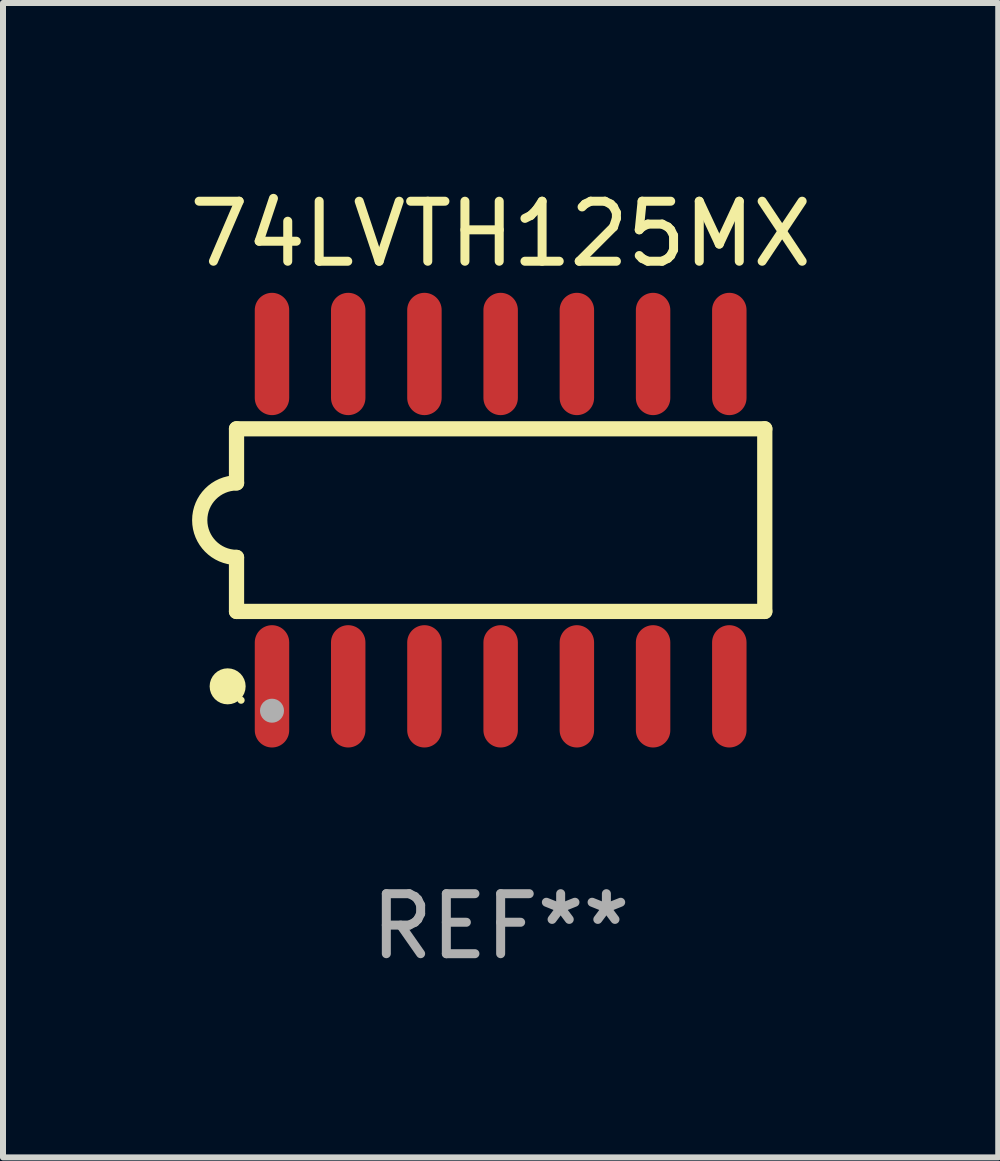
<source format=kicad_pcb>
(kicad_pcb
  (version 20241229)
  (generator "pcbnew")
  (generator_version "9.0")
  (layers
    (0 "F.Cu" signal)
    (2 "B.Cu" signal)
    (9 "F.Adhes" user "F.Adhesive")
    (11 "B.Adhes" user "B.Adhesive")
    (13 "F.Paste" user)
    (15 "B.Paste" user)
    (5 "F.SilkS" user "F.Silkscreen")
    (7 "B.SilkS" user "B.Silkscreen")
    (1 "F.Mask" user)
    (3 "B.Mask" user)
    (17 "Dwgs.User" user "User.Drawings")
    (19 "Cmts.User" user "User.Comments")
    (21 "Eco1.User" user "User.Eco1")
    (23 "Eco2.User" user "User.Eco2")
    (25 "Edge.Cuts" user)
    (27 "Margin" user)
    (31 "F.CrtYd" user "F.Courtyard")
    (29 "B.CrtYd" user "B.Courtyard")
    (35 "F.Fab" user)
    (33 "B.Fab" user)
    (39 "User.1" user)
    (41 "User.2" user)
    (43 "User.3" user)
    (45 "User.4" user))
  (footprint "74LVTH125MX"
    (layer "F.Cu")
    (at 5.292 5.617)
    (property "Reference" "74LVTH125MX" (at 0 -4.769 0) (layer "F.SilkS") (effects (font (size 1 1) (thickness 0.15))))
    (attr through_hole)
    (fp_line (start -4.401 -1.522) (end -4.401 -0.622) (stroke (width 0.254) (type solid)) (layer "F.SilkS"))
    (fp_line (start -4.401 -1.522) (end 4.401 -1.522) (stroke (width 0.254) (type solid)) (layer "F.SilkS"))
    (fp_line (start -4.401 1.521) (end -4.401 0.621) (stroke (width 0.254) (type solid)) (layer "F.SilkS"))
    (fp_line (start 4.401 -1.522) (end 4.401 1.521) (stroke (width 0.254) (type solid)) (layer "F.SilkS"))
    (fp_line (start 4.401 1.521) (end -4.401 1.521) (stroke (width 0.254) (type solid)) (layer "F.SilkS"))
    (fp_arc (start -4.401219 0.621311) (mid -5.021261 -0.000419) (end -4.400101 -0.621032) (stroke (width 0.254001) (type solid)) (layer "F.SilkS"))
    (fp_circle (center -4.549 2.769) (end -4.399 2.769) (stroke (width 0.3) (type solid)) (fill no) (layer "F.SilkS"))
    (fp_circle (center -4.325 3) (end -4.295 3) (stroke (width 0.06) (type solid)) (fill no) (layer "F.SilkS"))
    (fp_circle (center -3.81 3.175) (end -3.71 3.175) (stroke (width 0.2) (type solid)) (fill no) (layer "F.Fab"))
    (fp_text user "REF**" (at 0 6.769 0) (layer "F.Fab") (effects (font (size 1 1) (thickness 0.15))))
    (pad "1" smd oval (at -3.81 2.769) (size 0.574 2.038) (layers "F.Cu" "F.Mask" "F.Paste"))
    (pad "2" smd oval (at -2.54 2.769) (size 0.574 2.038) (layers "F.Cu" "F.Mask" "F.Paste"))
    (pad "3" smd oval (at -1.27 2.769) (size 0.574 2.038) (layers "F.Cu" "F.Mask" "F.Paste"))
    (pad "4" smd oval (at -0.000051 2.769) (size 0.574 2.038) (layers "F.Cu" "F.Mask" "F.Paste"))
    (pad "5" smd oval (at 1.27 2.769) (size 0.574 2.038) (layers "F.Cu" "F.Mask" "F.Paste"))
    (pad "6" smd oval (at 2.54 2.769) (size 0.574 2.038) (layers "F.Cu" "F.Mask" "F.Paste"))
    (pad "7" smd oval (at 3.81 2.769) (size 0.574 2.038) (layers "F.Cu" "F.Mask" "F.Paste"))
    (pad "8" smd oval (at 3.81 -2.769) (size 0.574 2.038) (layers "F.Cu" "F.Mask" "F.Paste"))
    (pad "9" smd oval (at 2.54 -2.769) (size 0.574 2.038) (layers "F.Cu" "F.Mask" "F.Paste"))
    (pad "10" smd oval (at 1.27 -2.769) (size 0.574 2.038) (layers "F.Cu" "F.Mask" "F.Paste"))
    (pad "11" smd oval (at -0.000051 -2.769) (size 0.574 2.038) (layers "F.Cu" "F.Mask" "F.Paste"))
    (pad "12" smd oval (at -1.27 -2.769) (size 0.574 2.038) (layers "F.Cu" "F.Mask" "F.Paste"))
    (pad "13" smd oval (at -2.54 -2.769) (size 0.574 2.038) (layers "F.Cu" "F.Mask" "F.Paste"))
    (pad "14" smd oval (at -3.81 -2.769) (size 0.574 2.038) (layers "F.Cu" "F.Mask" "F.Paste")))
  (gr_rect
    (start -3 -3)
    (end 13.583 16.235)
    (stroke (width 0.1) (type default))
    (fill no)
    (layer "Edge.Cuts")))
</source>
